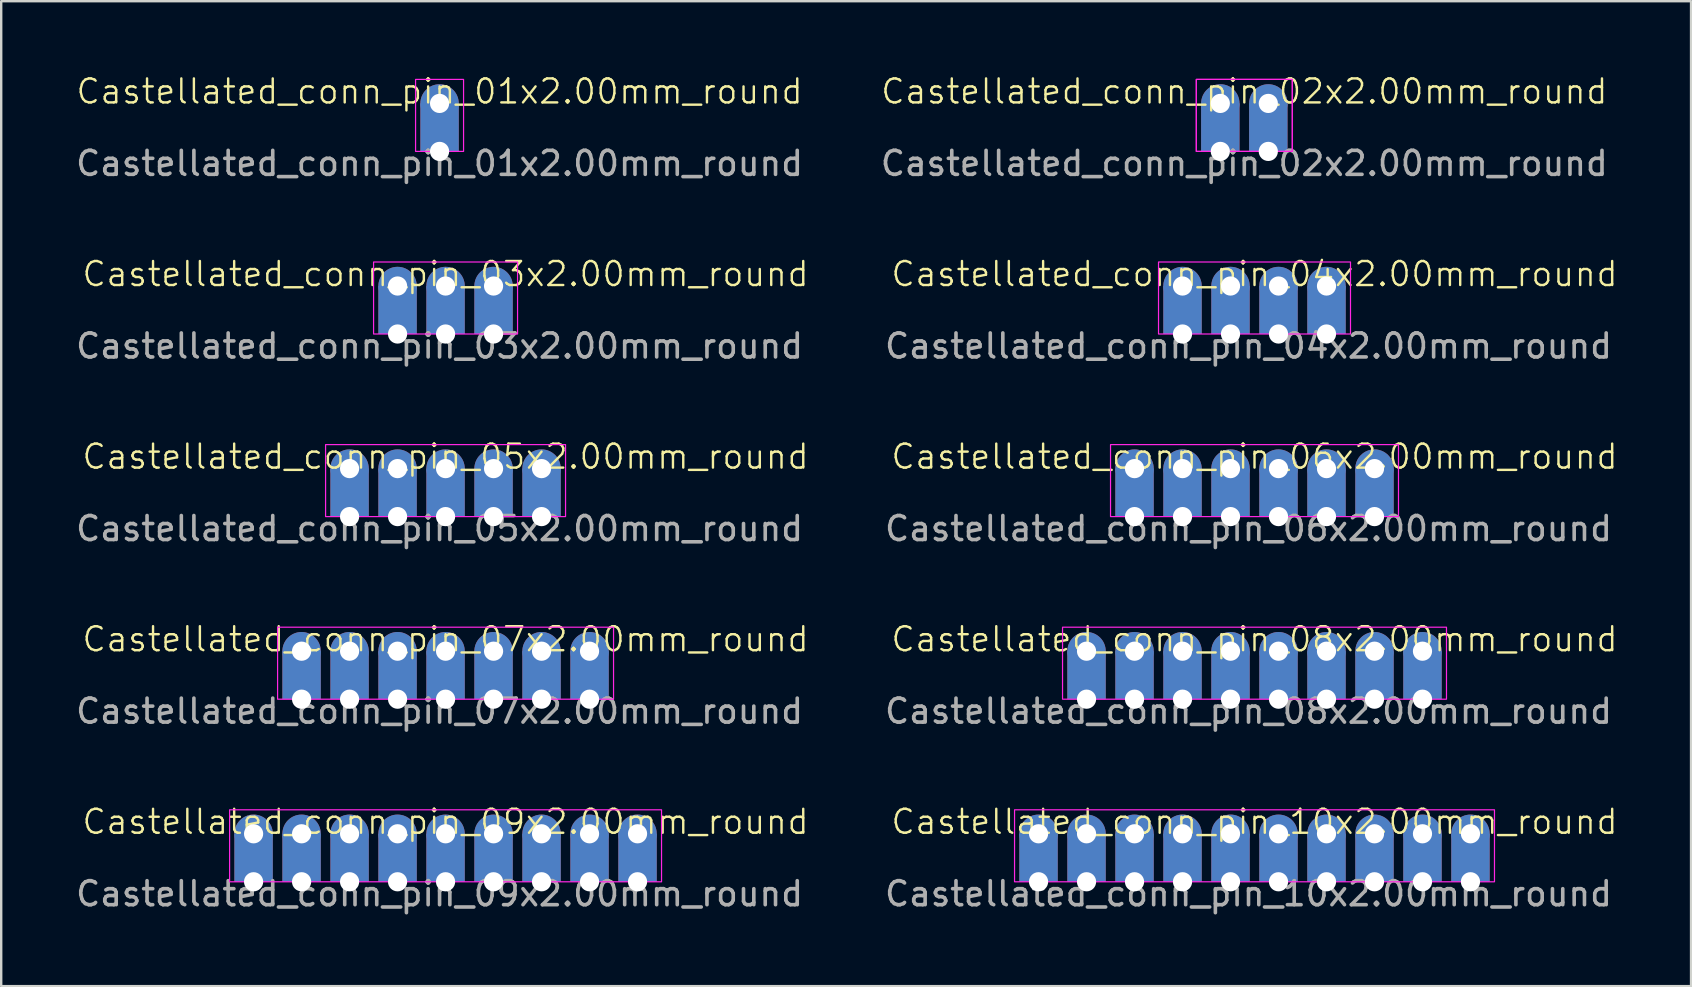
<source format=kicad_pcb>
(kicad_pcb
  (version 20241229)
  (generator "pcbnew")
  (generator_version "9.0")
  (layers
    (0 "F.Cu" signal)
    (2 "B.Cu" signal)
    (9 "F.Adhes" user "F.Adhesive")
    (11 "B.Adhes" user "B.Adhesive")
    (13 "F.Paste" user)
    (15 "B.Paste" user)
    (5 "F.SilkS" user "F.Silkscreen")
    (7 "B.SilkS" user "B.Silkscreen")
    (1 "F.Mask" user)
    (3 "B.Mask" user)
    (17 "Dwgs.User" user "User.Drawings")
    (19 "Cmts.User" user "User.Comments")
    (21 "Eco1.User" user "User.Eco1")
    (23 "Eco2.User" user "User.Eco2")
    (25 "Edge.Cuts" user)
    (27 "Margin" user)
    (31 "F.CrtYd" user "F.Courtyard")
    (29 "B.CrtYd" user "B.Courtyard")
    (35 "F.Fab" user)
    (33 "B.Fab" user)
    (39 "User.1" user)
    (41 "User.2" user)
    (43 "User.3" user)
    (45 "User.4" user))
  (footprint "Castellated_conn_pin_03x2.00mm_round"
    (layer "F.Cu")
    (at 15.518 9.369)
    (property "Reference" "Castellated_conn_pin_03x2.00mm_round" (at 0 -1 0) (unlocked yes) (layer "F.SilkS") (effects (font (size 1 1) (thickness 0.1))))
    (attr through_hole)
    (fp_rect (start -3 -1.5) (end 3 1.5) (stroke (width 0.05) (type solid)) (fill no) (layer "F.CrtYd"))
    (fp_text user "${REFERENCE}" (at -0.25 2 0) (unlocked yes) (layer "F.Fab") (effects (font (size 1 1) (thickness 0.15))))
    (pad "1" thru_hole circle (at -2 -0.5) (size 1.6 1.6) (drill 0.8) (layers "*.Cu" "*.Mask"))
    (pad "1" thru_hole custom (at -2 1.5) (size 1.6 2) (drill 0.8 (offset 0 -1)) (property pad_prop_castellated) (layers "*.Cu" "*.Mask") (options (anchor rect)) (primitives))
    (pad "2" thru_hole circle (at 0 -0.5) (size 1.6 1.6) (drill 0.8) (layers "*.Cu" "*.Mask"))
    (pad "2" thru_hole custom (at 0 1.5) (size 1.6 2) (drill 0.8 (offset 0 -1)) (property pad_prop_castellated) (layers "*.Cu" "*.Mask") (options (anchor rect)) (primitives))
    (pad "3" thru_hole circle (at 2 -0.5) (size 1.6 1.6) (drill 0.8) (layers "*.Cu" "*.Mask"))
    (pad "3" thru_hole custom (at 2 1.5) (size 1.6 2) (drill 0.8 (offset 0 -1)) (property pad_prop_castellated) (layers "*.Cu" "*.Mask") (options (anchor rect)) (primitives)))
  (footprint "Castellated_conn_pin_02x2.00mm_round"
    (layer "F.Cu")
    (at 48.804 1.76)
    (property "Reference" "Castellated_conn_pin_02x2.00mm_round" (at 0 -1 0) (unlocked yes) (layer "F.SilkS") (effects (font (size 1 1) (thickness 0.1))))
    (attr through_hole)
    (fp_rect (start -2 -1.5) (end 2 1.5) (stroke (width 0.05) (type default)) (fill no) (layer "F.CrtYd"))
    (fp_rect (start -2 -1.5) (end 2 1.5) (stroke (width 0.05) (type solid)) (fill no) (layer "F.CrtYd"))
    (fp_text user "${REFERENCE}" (at 0 2 0) (unlocked yes) (layer "F.Fab") (effects (font (size 1 1) (thickness 0.15))))
    (pad "1" thru_hole circle (at -1 -0.5) (size 1.6 1.6) (drill 0.8) (layers "*.Cu" "*.Mask"))
    (pad "1" thru_hole custom (at -1 1.5) (size 1.6 2) (drill 0.8 (offset 0 -1)) (property pad_prop_castellated) (layers "*.Cu" "*.Mask") (options (anchor rect)) (primitives))
    (pad "2" thru_hole circle (at 1 -0.5) (size 1.6 1.6) (drill 0.8) (layers "*.Cu" "*.Mask"))
    (pad "2" thru_hole custom (at 1 1.5) (size 1.6 2) (drill 0.8 (offset 0 -1)) (property pad_prop_castellated) (layers "*.Cu" "*.Mask") (options (anchor rect)) (primitives)))
  (footprint "Castellated_conn_pin_04x2.00mm_round"
    (layer "F.Cu")
    (at 49.229 9.369)
    (property "Reference" "Castellated_conn_pin_04x2.00mm_round" (at 0 -1 0) (unlocked yes) (layer "F.SilkS") (effects (font (size 1 1) (thickness 0.1))))
    (attr through_hole)
    (fp_rect (start -4 -1.5) (end 4 1.5) (stroke (width 0.05) (type solid)) (fill no) (layer "F.CrtYd"))
    (fp_text user "${REFERENCE}" (at -0.25 2 0) (unlocked yes) (layer "F.Fab") (effects (font (size 1 1) (thickness 0.15))))
    (pad "1" thru_hole circle (at -3 -0.5) (size 1.6 1.6) (drill 0.8) (layers "*.Cu" "*.Mask"))
    (pad "1" thru_hole custom (at -3 1.5) (size 1.6 2) (drill 0.8 (offset 0 -1)) (property pad_prop_castellated) (layers "*.Cu" "*.Mask") (options (anchor rect)) (primitives))
    (pad "2" thru_hole circle (at -1 -0.5) (size 1.6 1.6) (drill 0.8) (layers "*.Cu" "*.Mask"))
    (pad "2" thru_hole custom (at -1 1.5) (size 1.6 2) (drill 0.8 (offset 0 -1)) (property pad_prop_castellated) (layers "*.Cu" "*.Mask") (options (anchor rect)) (primitives))
    (pad "3" thru_hole circle (at 1 -0.5) (size 1.6 1.6) (drill 0.8) (layers "*.Cu" "*.Mask"))
    (pad "3" thru_hole custom (at 1 1.5) (size 1.6 2) (drill 0.8 (offset 0 -1)) (property pad_prop_castellated) (layers "*.Cu" "*.Mask") (options (anchor rect)) (primitives))
    (pad "4" thru_hole circle (at 3 -0.5) (size 1.6 1.6) (drill 0.8) (layers "*.Cu" "*.Mask"))
    (pad "4" thru_hole custom (at 3 1.5) (size 1.6 2) (drill 0.8 (offset 0 -1)) (property pad_prop_castellated) (layers "*.Cu" "*.Mask") (options (anchor rect)) (primitives)))
  (footprint "Castellated_conn_pin_06x2.00mm_round"
    (layer "F.Cu")
    (at 49.229 16.978)
    (property "Reference" "Castellated_conn_pin_06x2.00mm_round" (at 0 -1 0) (unlocked yes) (layer "F.SilkS") (effects (font (size 1 1) (thickness 0.1))))
    (attr through_hole)
    (fp_rect (start -6 -1.5) (end 6 1.5) (stroke (width 0.05) (type solid)) (fill no) (layer "F.CrtYd"))
    (fp_text user "${REFERENCE}" (at -0.25 2 0) (unlocked yes) (layer "F.Fab") (effects (font (size 1 1) (thickness 0.15))))
    (pad "1" thru_hole circle (at -5 -0.5) (size 1.6 1.6) (drill 0.8) (layers "*.Cu" "*.Mask"))
    (pad "1" thru_hole custom (at -5 1.5) (size 1.6 2) (drill 0.8 (offset 0 -1)) (property pad_prop_castellated) (layers "*.Cu" "*.Mask") (options (anchor rect)) (primitives))
    (pad "2" thru_hole circle (at -3 -0.5) (size 1.6 1.6) (drill 0.8) (layers "*.Cu" "*.Mask"))
    (pad "2" thru_hole custom (at -3 1.5) (size 1.6 2) (drill 0.8 (offset 0 -1)) (property pad_prop_castellated) (layers "*.Cu" "*.Mask") (options (anchor rect)) (primitives))
    (pad "3" thru_hole circle (at -1 -0.5) (size 1.6 1.6) (drill 0.8) (layers "*.Cu" "*.Mask"))
    (pad "3" thru_hole custom (at -1 1.5) (size 1.6 2) (drill 0.8 (offset 0 -1)) (property pad_prop_castellated) (layers "*.Cu" "*.Mask") (options (anchor rect)) (primitives))
    (pad "4" thru_hole circle (at 1 -0.5) (size 1.6 1.6) (drill 0.8) (layers "*.Cu" "*.Mask"))
    (pad "4" thru_hole custom (at 1 1.5) (size 1.6 2) (drill 0.8 (offset 0 -1)) (property pad_prop_castellated) (layers "*.Cu" "*.Mask") (options (anchor rect)) (primitives))
    (pad "5" thru_hole circle (at 3 -0.5) (size 1.6 1.6) (drill 0.8) (layers "*.Cu" "*.Mask"))
    (pad "5" thru_hole custom (at 3 1.5) (size 1.6 2) (drill 0.8 (offset 0 -1)) (property pad_prop_castellated) (layers "*.Cu" "*.Mask") (options (anchor rect)) (primitives))
    (pad "6" thru_hole circle (at 5 -0.5) (size 1.6 1.6) (drill 0.8) (layers "*.Cu" "*.Mask"))
    (pad "6" thru_hole custom (at 5 1.5) (size 1.6 2) (drill 0.8 (offset 0 -1)) (property pad_prop_castellated) (layers "*.Cu" "*.Mask") (options (anchor rect)) (primitives)))
  (footprint "Castellated_conn_pin_10x2.00mm_round"
    (layer "F.Cu")
    (at 49.229 32.196)
    (property "Reference" "Castellated_conn_pin_10x2.00mm_round" (at 0 -1 0) (unlocked yes) (layer "F.SilkS") (effects (font (size 1 1) (thickness 0.1))))
    (attr through_hole)
    (fp_rect (start -10 -1.5) (end 10 1.5) (stroke (width 0.05) (type solid)) (fill no) (layer "F.CrtYd"))
    (fp_text user "${REFERENCE}" (at -0.25 2 0) (unlocked yes) (layer "F.Fab") (effects (font (size 1 1) (thickness 0.15))))
    (pad "1" thru_hole circle (at -9 -0.5) (size 1.6 1.6) (drill 0.8) (layers "*.Cu" "*.Mask"))
    (pad "1" thru_hole custom (at -9 1.5) (size 1.6 2) (drill 0.8 (offset 0 -1)) (property pad_prop_castellated) (layers "*.Cu" "*.Mask") (options (anchor rect)) (primitives))
    (pad "2" thru_hole circle (at -7 -0.5) (size 1.6 1.6) (drill 0.8) (layers "*.Cu" "*.Mask"))
    (pad "2" thru_hole custom (at -7 1.5) (size 1.6 2) (drill 0.8 (offset 0 -1)) (property pad_prop_castellated) (layers "*.Cu" "*.Mask") (options (anchor rect)) (primitives))
    (pad "3" thru_hole circle (at -5 -0.5) (size 1.6 1.6) (drill 0.8) (layers "*.Cu" "*.Mask"))
    (pad "3" thru_hole custom (at -5 1.5) (size 1.6 2) (drill 0.8 (offset 0 -1)) (property pad_prop_castellated) (layers "*.Cu" "*.Mask") (options (anchor rect)) (primitives))
    (pad "4" thru_hole circle (at -3 -0.5) (size 1.6 1.6) (drill 0.8) (layers "*.Cu" "*.Mask"))
    (pad "4" thru_hole custom (at -3 1.5) (size 1.6 2) (drill 0.8 (offset 0 -1)) (property pad_prop_castellated) (layers "*.Cu" "*.Mask") (options (anchor rect)) (primitives))
    (pad "5" thru_hole circle (at -1 -0.5) (size 1.6 1.6) (drill 0.8) (layers "*.Cu" "*.Mask"))
    (pad "5" thru_hole custom (at -1 1.5) (size 1.6 2) (drill 0.8 (offset 0 -1)) (property pad_prop_castellated) (layers "*.Cu" "*.Mask") (options (anchor rect)) (primitives))
    (pad "6" thru_hole circle (at 1 -0.5) (size 1.6 1.6) (drill 0.8) (layers "*.Cu" "*.Mask"))
    (pad "6" thru_hole custom (at 1 1.5) (size 1.6 2) (drill 0.8 (offset 0 -1)) (property pad_prop_castellated) (layers "*.Cu" "*.Mask") (options (anchor rect)) (primitives))
    (pad "7" thru_hole circle (at 3 -0.5) (size 1.6 1.6) (drill 0.8) (layers "*.Cu" "*.Mask"))
    (pad "7" thru_hole custom (at 3 1.5) (size 1.6 2) (drill 0.8 (offset 0 -1)) (property pad_prop_castellated) (layers "*.Cu" "*.Mask") (options (anchor rect)) (primitives))
    (pad "8" thru_hole circle (at 5 -0.5) (size 1.6 1.6) (drill 0.8) (layers "*.Cu" "*.Mask"))
    (pad "8" thru_hole custom (at 5 1.5) (size 1.6 2) (drill 0.8 (offset 0 -1)) (property pad_prop_castellated) (layers "*.Cu" "*.Mask") (options (anchor rect)) (primitives))
    (pad "9" thru_hole circle (at 7 -0.5) (size 1.6 1.6) (drill 0.8) (layers "*.Cu" "*.Mask"))
    (pad "9" thru_hole custom (at 7 1.5) (size 1.6 2) (drill 0.8 (offset 0 -1)) (property pad_prop_castellated) (layers "*.Cu" "*.Mask") (options (anchor rect)) (primitives))
    (pad "10" thru_hole circle (at 9 -0.5) (size 1.6 1.6) (drill 0.8) (layers "*.Cu" "*.Mask"))
    (pad "10" thru_hole custom (at 9 1.5) (size 1.6 2) (drill 0.8 (offset 0 -1)) (property pad_prop_castellated) (layers "*.Cu" "*.Mask") (options (anchor rect)) (primitives)))
  (footprint "Castellated_conn_pin_01x2.00mm_round"
    (layer "F.Cu")
    (at 15.268 1.76)
    (property "Reference" "Castellated_conn_pin_01x2.00mm_round" (at 0 -1 0) (unlocked yes) (layer "F.SilkS") (effects (font (size 1 1) (thickness 0.1))))
    (attr through_hole)
    (fp_rect (start -1 -1.5) (end 1 1.5) (stroke (width 0.05) (type solid)) (fill no) (layer "F.CrtYd"))
    (fp_text user "${REFERENCE}" (at 0 2 0) (unlocked yes) (layer "F.Fab") (effects (font (size 1 1) (thickness 0.15))))
    (pad "1" thru_hole circle (at 0 -0.5) (size 1.6 1.6) (drill 0.8) (layers "*.Cu" "*.Mask"))
    (pad "1" thru_hole custom (at 0 1.5) (size 1.6 2) (drill 0.8 (offset 0 -1)) (property pad_prop_castellated) (layers "*.Cu" "*.Mask") (options (anchor rect)) (primitives)))
  (footprint "Castellated_conn_pin_07x2.00mm_round"
    (layer "F.Cu")
    (at 15.518 24.587)
    (property "Reference" "Castellated_conn_pin_07x2.00mm_round" (at 0 -1 0) (unlocked yes) (layer "F.SilkS") (effects (font (size 1 1) (thickness 0.1))))
    (attr through_hole)
    (fp_rect (start -7 -1.5) (end 7 1.5) (stroke (width 0.05) (type solid)) (fill no) (layer "F.CrtYd"))
    (fp_text user "${REFERENCE}" (at -0.25 2 0) (unlocked yes) (layer "F.Fab") (effects (font (size 1 1) (thickness 0.15))))
    (pad "1" thru_hole circle (at -6 -0.5) (size 1.6 1.6) (drill 0.8) (layers "*.Cu" "*.Mask"))
    (pad "1" thru_hole custom (at -6 1.5) (size 1.6 2) (drill 0.8 (offset 0 -1)) (property pad_prop_castellated) (layers "*.Cu" "*.Mask") (options (anchor rect)) (primitives))
    (pad "2" thru_hole circle (at -4 -0.5) (size 1.6 1.6) (drill 0.8) (layers "*.Cu" "*.Mask"))
    (pad "2" thru_hole custom (at -4 1.5) (size 1.6 2) (drill 0.8 (offset 0 -1)) (property pad_prop_castellated) (layers "*.Cu" "*.Mask") (options (anchor rect)) (primitives))
    (pad "3" thru_hole circle (at -2 -0.5) (size 1.6 1.6) (drill 0.8) (layers "*.Cu" "*.Mask"))
    (pad "3" thru_hole custom (at -2 1.5) (size 1.6 2) (drill 0.8 (offset 0 -1)) (property pad_prop_castellated) (layers "*.Cu" "*.Mask") (options (anchor rect)) (primitives))
    (pad "4" thru_hole circle (at 0 -0.5) (size 1.6 1.6) (drill 0.8) (layers "*.Cu" "*.Mask"))
    (pad "4" thru_hole custom (at 0 1.5) (size 1.6 2) (drill 0.8 (offset 0 -1)) (property pad_prop_castellated) (layers "*.Cu" "*.Mask") (options (anchor rect)) (primitives))
    (pad "5" thru_hole circle (at 2 -0.5) (size 1.6 1.6) (drill 0.8) (layers "*.Cu" "*.Mask"))
    (pad "5" thru_hole custom (at 2 1.5) (size 1.6 2) (drill 0.8 (offset 0 -1)) (property pad_prop_castellated) (layers "*.Cu" "*.Mask") (options (anchor rect)) (primitives))
    (pad "6" thru_hole circle (at 4 -0.5) (size 1.6 1.6) (drill 0.8) (layers "*.Cu" "*.Mask"))
    (pad "6" thru_hole custom (at 4 1.5) (size 1.6 2) (drill 0.8 (offset 0 -1)) (property pad_prop_castellated) (layers "*.Cu" "*.Mask") (options (anchor rect)) (primitives))
    (pad "7" thru_hole circle (at 6 -0.5) (size 1.6 1.6) (drill 0.8) (layers "*.Cu" "*.Mask"))
    (pad "7" thru_hole custom (at 6 1.5) (size 1.6 2) (drill 0.8 (offset 0 -1)) (property pad_prop_castellated) (layers "*.Cu" "*.Mask") (options (anchor rect)) (primitives)))
  (footprint "Castellated_conn_pin_08x2.00mm_round"
    (layer "F.Cu")
    (at 49.229 24.587)
    (property "Reference" "Castellated_conn_pin_08x2.00mm_round" (at 0 -1 0) (unlocked yes) (layer "F.SilkS") (effects (font (size 1 1) (thickness 0.1))))
    (attr through_hole)
    (fp_rect (start -8 -1.5) (end 8 1.5) (stroke (width 0.05) (type solid)) (fill no) (layer "F.CrtYd"))
    (fp_text user "${REFERENCE}" (at -0.25 2 0) (unlocked yes) (layer "F.Fab") (effects (font (size 1 1) (thickness 0.15))))
    (pad "1" thru_hole circle (at -7 -0.5) (size 1.6 1.6) (drill 0.8) (layers "*.Cu" "*.Mask"))
    (pad "1" thru_hole custom (at -7 1.5) (size 1.6 2) (drill 0.8 (offset 0 -1)) (property pad_prop_castellated) (layers "*.Cu" "*.Mask") (options (anchor rect)) (primitives))
    (pad "2" thru_hole circle (at -5 -0.5) (size 1.6 1.6) (drill 0.8) (layers "*.Cu" "*.Mask"))
    (pad "2" thru_hole custom (at -5 1.5) (size 1.6 2) (drill 0.8 (offset 0 -1)) (property pad_prop_castellated) (layers "*.Cu" "*.Mask") (options (anchor rect)) (primitives))
    (pad "3" thru_hole circle (at -3 -0.5) (size 1.6 1.6) (drill 0.8) (layers "*.Cu" "*.Mask"))
    (pad "3" thru_hole custom (at -3 1.5) (size 1.6 2) (drill 0.8 (offset 0 -1)) (property pad_prop_castellated) (layers "*.Cu" "*.Mask") (options (anchor rect)) (primitives))
    (pad "4" thru_hole circle (at -1 -0.5) (size 1.6 1.6) (drill 0.8) (layers "*.Cu" "*.Mask"))
    (pad "4" thru_hole custom (at -1 1.5) (size 1.6 2) (drill 0.8 (offset 0 -1)) (property pad_prop_castellated) (layers "*.Cu" "*.Mask") (options (anchor rect)) (primitives))
    (pad "5" thru_hole circle (at 1 -0.5) (size 1.6 1.6) (drill 0.8) (layers "*.Cu" "*.Mask"))
    (pad "5" thru_hole custom (at 1 1.5) (size 1.6 2) (drill 0.8 (offset 0 -1)) (property pad_prop_castellated) (layers "*.Cu" "*.Mask") (options (anchor rect)) (primitives))
    (pad "6" thru_hole circle (at 3 -0.5) (size 1.6 1.6) (drill 0.8) (layers "*.Cu" "*.Mask"))
    (pad "6" thru_hole custom (at 3 1.5) (size 1.6 2) (drill 0.8 (offset 0 -1)) (property pad_prop_castellated) (layers "*.Cu" "*.Mask") (options (anchor rect)) (primitives))
    (pad "7" thru_hole circle (at 5 -0.5) (size 1.6 1.6) (drill 0.8) (layers "*.Cu" "*.Mask"))
    (pad "7" thru_hole custom (at 5 1.5) (size 1.6 2) (drill 0.8 (offset 0 -1)) (property pad_prop_castellated) (layers "*.Cu" "*.Mask") (options (anchor rect)) (primitives))
    (pad "8" thru_hole circle (at 7 -0.5) (size 1.6 1.6) (drill 0.8) (layers "*.Cu" "*.Mask"))
    (pad "8" thru_hole custom (at 7 1.5) (size 1.6 2) (drill 0.8 (offset 0 -1)) (property pad_prop_castellated) (layers "*.Cu" "*.Mask") (options (anchor rect)) (primitives)))
  (footprint "Castellated_conn_pin_05x2.00mm_round"
    (layer "F.Cu")
    (at 15.518 16.978)
    (property "Reference" "Castellated_conn_pin_05x2.00mm_round" (at 0 -1 0) (unlocked yes) (layer "F.SilkS") (effects (font (size 1 1) (thickness 0.1))))
    (attr through_hole)
    (fp_rect (start -5 -1.5) (end 5 1.5) (stroke (width 0.05) (type solid)) (fill no) (layer "F.CrtYd"))
    (fp_text user "${REFERENCE}" (at -0.25 2 0) (unlocked yes) (layer "F.Fab") (effects (font (size 1 1) (thickness 0.15))))
    (pad "1" thru_hole circle (at -4 -0.5) (size 1.6 1.6) (drill 0.8) (layers "*.Cu" "*.Mask"))
    (pad "1" thru_hole custom (at -4 1.5) (size 1.6 2) (drill 0.8 (offset 0 -1)) (property pad_prop_castellated) (layers "*.Cu" "*.Mask") (options (anchor rect)) (primitives))
    (pad "2" thru_hole circle (at -2 -0.5) (size 1.6 1.6) (drill 0.8) (layers "*.Cu" "*.Mask"))
    (pad "2" thru_hole custom (at -2 1.5) (size 1.6 2) (drill 0.8 (offset 0 -1)) (property pad_prop_castellated) (layers "*.Cu" "*.Mask") (options (anchor rect)) (primitives))
    (pad "3" thru_hole circle (at 0 -0.5) (size 1.6 1.6) (drill 0.8) (layers "*.Cu" "*.Mask"))
    (pad "3" thru_hole custom (at 0 1.5) (size 1.6 2) (drill 0.8 (offset 0 -1)) (property pad_prop_castellated) (layers "*.Cu" "*.Mask") (options (anchor rect)) (primitives))
    (pad "4" thru_hole circle (at 2 -0.5) (size 1.6 1.6) (drill 0.8) (layers "*.Cu" "*.Mask"))
    (pad "4" thru_hole custom (at 2 1.5) (size 1.6 2) (drill 0.8 (offset 0 -1)) (property pad_prop_castellated) (layers "*.Cu" "*.Mask") (options (anchor rect)) (primitives))
    (pad "5" thru_hole circle (at 4 -0.5) (size 1.6 1.6) (drill 0.8) (layers "*.Cu" "*.Mask"))
    (pad "5" thru_hole custom (at 4 1.5) (size 1.6 2) (drill 0.8 (offset 0 -1)) (property pad_prop_castellated) (layers "*.Cu" "*.Mask") (options (anchor rect)) (primitives)))
  (footprint "Castellated_conn_pin_09x2.00mm_round"
    (layer "F.Cu")
    (at 15.518 32.196)
    (property "Reference" "Castellated_conn_pin_09x2.00mm_round" (at 0 -1 0) (unlocked yes) (layer "F.SilkS") (effects (font (size 1 1) (thickness 0.1))))
    (attr through_hole)
    (fp_rect (start -9 -1.5) (end 9 1.5) (stroke (width 0.05) (type solid)) (fill no) (layer "F.CrtYd"))
    (fp_text user "${REFERENCE}" (at -0.25 2 0) (unlocked yes) (layer "F.Fab") (effects (font (size 1 1) (thickness 0.15))))
    (pad "1" thru_hole circle (at -8 -0.5) (size 1.6 1.6) (drill 0.8) (layers "*.Cu" "*.Mask"))
    (pad "1" thru_hole custom (at -8 1.5) (size 1.6 2) (drill 0.8 (offset 0 -1)) (property pad_prop_castellated) (layers "*.Cu" "*.Mask") (options (anchor rect)) (primitives))
    (pad "2" thru_hole circle (at -6 -0.5) (size 1.6 1.6) (drill 0.8) (layers "*.Cu" "*.Mask"))
    (pad "2" thru_hole custom (at -6 1.5) (size 1.6 2) (drill 0.8 (offset 0 -1)) (property pad_prop_castellated) (layers "*.Cu" "*.Mask") (options (anchor rect)) (primitives))
    (pad "3" thru_hole circle (at -4 -0.5) (size 1.6 1.6) (drill 0.8) (layers "*.Cu" "*.Mask"))
    (pad "3" thru_hole custom (at -4 1.5) (size 1.6 2) (drill 0.8 (offset 0 -1)) (property pad_prop_castellated) (layers "*.Cu" "*.Mask") (options (anchor rect)) (primitives))
    (pad "4" thru_hole circle (at -2 -0.5) (size 1.6 1.6) (drill 0.8) (layers "*.Cu" "*.Mask"))
    (pad "4" thru_hole custom (at -2 1.5) (size 1.6 2) (drill 0.8 (offset 0 -1)) (property pad_prop_castellated) (layers "*.Cu" "*.Mask") (options (anchor rect)) (primitives))
    (pad "5" thru_hole circle (at 0 -0.5) (size 1.6 1.6) (drill 0.8) (layers "*.Cu" "*.Mask"))
    (pad "5" thru_hole custom (at 0 1.5) (size 1.6 2) (drill 0.8 (offset 0 -1)) (property pad_prop_castellated) (layers "*.Cu" "*.Mask") (options (anchor rect)) (primitives))
    (pad "6" thru_hole circle (at 2 -0.5) (size 1.6 1.6) (drill 0.8) (layers "*.Cu" "*.Mask"))
    (pad "6" thru_hole custom (at 2 1.5) (size 1.6 2) (drill 0.8 (offset 0 -1)) (property pad_prop_castellated) (layers "*.Cu" "*.Mask") (options (anchor rect)) (primitives))
    (pad "7" thru_hole circle (at 4 -0.5) (size 1.6 1.6) (drill 0.8) (layers "*.Cu" "*.Mask"))
    (pad "7" thru_hole custom (at 4 1.5) (size 1.6 2) (drill 0.8 (offset 0 -1)) (property pad_prop_castellated) (layers "*.Cu" "*.Mask") (options (anchor rect)) (primitives))
    (pad "8" thru_hole circle (at 6 -0.5) (size 1.6 1.6) (drill 0.8) (layers "*.Cu" "*.Mask"))
    (pad "8" thru_hole custom (at 6 1.5) (size 1.6 2) (drill 0.8 (offset 0 -1)) (property pad_prop_castellated) (layers "*.Cu" "*.Mask") (options (anchor rect)) (primitives))
    (pad "9" thru_hole circle (at 8 -0.5) (size 1.6 1.6) (drill 0.8) (layers "*.Cu" "*.Mask"))
    (pad "9" thru_hole custom (at 8 1.5) (size 1.6 2) (drill 0.8 (offset 0 -1)) (property pad_prop_castellated) (layers "*.Cu" "*.Mask") (options (anchor rect)) (primitives)))
  (gr_rect
    (start -3 -3)
    (end 67.421 38.044)
    (stroke (width 0.1) (type default))
    (fill no)
    (layer "Edge.Cuts")))
</source>
